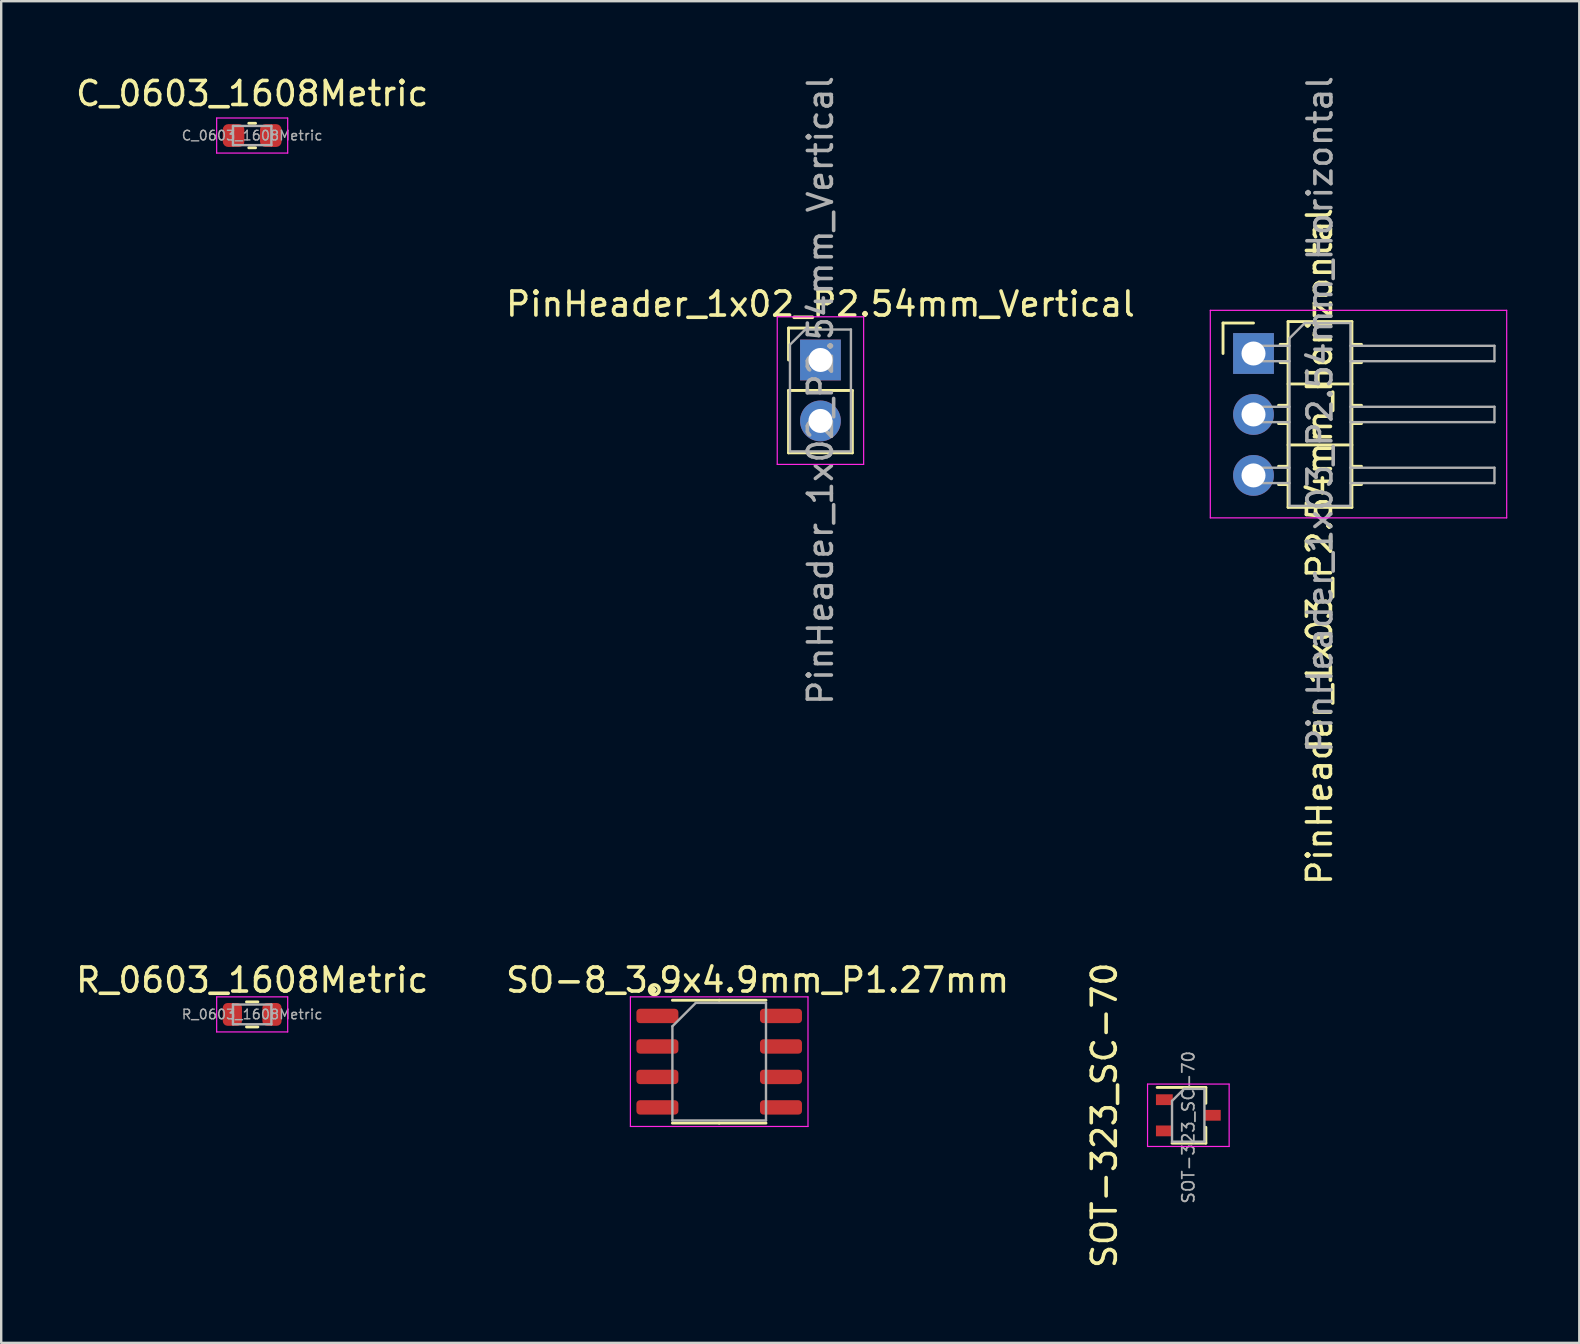
<source format=kicad_pcb>
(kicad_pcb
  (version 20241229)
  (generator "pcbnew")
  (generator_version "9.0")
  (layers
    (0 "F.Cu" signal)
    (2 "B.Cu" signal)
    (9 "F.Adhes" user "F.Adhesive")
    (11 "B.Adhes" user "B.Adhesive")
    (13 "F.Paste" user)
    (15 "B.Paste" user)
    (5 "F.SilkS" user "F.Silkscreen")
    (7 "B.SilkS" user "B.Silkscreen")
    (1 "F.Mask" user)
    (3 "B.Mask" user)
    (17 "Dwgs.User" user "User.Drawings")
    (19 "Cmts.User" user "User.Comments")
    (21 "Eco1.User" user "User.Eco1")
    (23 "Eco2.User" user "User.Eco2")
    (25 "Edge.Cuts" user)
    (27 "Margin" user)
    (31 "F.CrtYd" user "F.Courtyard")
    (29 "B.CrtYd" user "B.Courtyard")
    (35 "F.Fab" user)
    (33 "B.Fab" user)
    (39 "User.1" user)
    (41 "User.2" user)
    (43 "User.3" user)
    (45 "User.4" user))
  (footprint "SO-8_3.9x4.9mm_P1.27mm"
    (layer "F.Cu")
    (at 26.918 41.189)
    (property "Reference" "SO-8_3.9x4.9mm_P1.27mm" (at 1.6 -3.4 0) (layer "F.SilkS") (effects (font (size 1 1) (thickness 0.15))))
    (attr smd)
    (fp_line (start 0 -2.56) (end -1.95 -2.56) (stroke (width 0.12) (type solid)) (layer "F.SilkS"))
    (fp_line (start 0 -2.56) (end 1.95 -2.56) (stroke (width 0.12) (type solid)) (layer "F.SilkS"))
    (fp_line (start 0 2.56) (end -1.95 2.56) (stroke (width 0.12) (type solid)) (layer "F.SilkS"))
    (fp_line (start 0 2.56) (end 1.95 2.56) (stroke (width 0.12) (type solid)) (layer "F.SilkS"))
    (fp_circle (center -2.7 -3) (end -2.5 -3) (stroke (width 0.15) (type solid)) (fill no) (layer "F.SilkS"))
    (fp_line (start -3.7 -2.7) (end -3.7 2.7) (stroke (width 0.05) (type solid)) (layer "F.CrtYd"))
    (fp_line (start -3.7 2.7) (end 3.7 2.7) (stroke (width 0.05) (type solid)) (layer "F.CrtYd"))
    (fp_line (start 3.7 -2.7) (end -3.7 -2.7) (stroke (width 0.05) (type solid)) (layer "F.CrtYd"))
    (fp_line (start 3.7 2.7) (end 3.7 -2.7) (stroke (width 0.05) (type solid)) (layer "F.CrtYd"))
    (fp_line (start -1.95 -1.475) (end -0.975 -2.45) (stroke (width 0.1) (type solid)) (layer "F.Fab"))
    (fp_line (start -1.95 2.45) (end -1.95 -1.475) (stroke (width 0.1) (type solid)) (layer "F.Fab"))
    (fp_line (start -0.975 -2.45) (end 1.95 -2.45) (stroke (width 0.1) (type solid)) (layer "F.Fab"))
    (fp_line (start 1.95 -2.45) (end 1.95 2.45) (stroke (width 0.1) (type solid)) (layer "F.Fab"))
    (fp_line (start 1.95 2.45) (end -1.95 2.45) (stroke (width 0.1) (type solid)) (layer "F.Fab"))
    (pad "1" smd roundrect (at -2.575 -1.905) (size 1.75 0.6) (layers "F.Cu" "F.Mask" "F.Paste") (roundrect_rratio 0.25))
    (pad "2" smd roundrect (at -2.575 -0.635) (size 1.75 0.6) (layers "F.Cu" "F.Mask" "F.Paste") (roundrect_rratio 0.25))
    (pad "3" smd roundrect (at -2.575 0.635) (size 1.75 0.6) (layers "F.Cu" "F.Mask" "F.Paste") (roundrect_rratio 0.25))
    (pad "4" smd roundrect (at -2.575 1.905) (size 1.75 0.6) (layers "F.Cu" "F.Mask" "F.Paste") (roundrect_rratio 0.25))
    (pad "5" smd roundrect (at 2.575 1.905) (size 1.75 0.6) (layers "F.Cu" "F.Mask" "F.Paste") (roundrect_rratio 0.25))
    (pad "6" smd roundrect (at 2.575 0.635) (size 1.75 0.6) (layers "F.Cu" "F.Mask" "F.Paste") (roundrect_rratio 0.25))
    (pad "7" smd roundrect (at 2.575 -0.635) (size 1.75 0.6) (layers "F.Cu" "F.Mask" "F.Paste") (roundrect_rratio 0.25))
    (pad "8" smd roundrect (at 2.575 -1.905) (size 1.75 0.6) (layers "F.Cu" "F.Mask" "F.Paste") (roundrect_rratio 0.25)))
  (footprint "R_0603_1608Metric"
    (layer "F.Cu")
    (at 7.458 39.219)
    (property "Reference" "R_0603_1608Metric" (at 0 -1.43 0) (layer "F.SilkS") (effects (font (size 1 1) (thickness 0.15))))
    (attr smd)
    (fp_line (start -0.237 -0.522) (end 0.237 -0.522) (stroke (width 0.12) (type solid)) (layer "F.SilkS"))
    (fp_line (start -0.237 0.522) (end 0.237 0.522) (stroke (width 0.12) (type solid)) (layer "F.SilkS"))
    (fp_line (start -1.48 -0.73) (end 1.48 -0.73) (stroke (width 0.05) (type solid)) (layer "F.CrtYd"))
    (fp_line (start -1.48 0.73) (end -1.48 -0.73) (stroke (width 0.05) (type solid)) (layer "F.CrtYd"))
    (fp_line (start 1.48 -0.73) (end 1.48 0.73) (stroke (width 0.05) (type solid)) (layer "F.CrtYd"))
    (fp_line (start 1.48 0.73) (end -1.48 0.73) (stroke (width 0.05) (type solid)) (layer "F.CrtYd"))
    (fp_line (start -0.8 -0.412) (end 0.8 -0.412) (stroke (width 0.1) (type solid)) (layer "F.Fab"))
    (fp_line (start -0.8 0.412) (end -0.8 -0.412) (stroke (width 0.1) (type solid)) (layer "F.Fab"))
    (fp_line (start 0.8 -0.412) (end 0.8 0.412) (stroke (width 0.1) (type solid)) (layer "F.Fab"))
    (fp_line (start 0.8 0.412) (end -0.8 0.412) (stroke (width 0.1) (type solid)) (layer "F.Fab"))
    (fp_text user "${REFERENCE}" (at 0 0 0) (layer "F.Fab") (effects (font (size 0.4 0.4) (thickness 0.06))))
    (pad "1" smd roundrect (at -0.825 0) (size 0.8 0.95) (layers "F.Cu" "F.Mask" "F.Paste") (roundrect_rratio 0.25))
    (pad "2" smd roundrect (at 0.825 0) (size 0.8 0.95) (layers "F.Cu" "F.Mask" "F.Paste") (roundrect_rratio 0.25)))
  (footprint "PinHeader_1x02_P2.54mm_Vertical"
    (layer "F.Cu")
    (at 31.137 11.95)
    (property "Reference" "PinHeader_1x02_P2.54mm_Vertical" (at 0 -2.33 180) (layer "F.SilkS") (effects (font (size 1 1) (thickness 0.15))))
    (attr through_hole)
    (fp_line (start -1.33 -1.33) (end 0 -1.33) (stroke (width 0.12) (type solid)) (layer "F.SilkS"))
    (fp_line (start -1.33 0) (end -1.33 -1.33) (stroke (width 0.12) (type solid)) (layer "F.SilkS"))
    (fp_line (start -1.33 1.27) (end -1.33 3.87) (stroke (width 0.12) (type solid)) (layer "F.SilkS"))
    (fp_line (start -1.33 1.27) (end 1.33 1.27) (stroke (width 0.12) (type solid)) (layer "F.SilkS"))
    (fp_line (start -1.33 3.87) (end 1.33 3.87) (stroke (width 0.12) (type solid)) (layer "F.SilkS"))
    (fp_line (start 1.33 1.27) (end 1.33 3.87) (stroke (width 0.12) (type solid)) (layer "F.SilkS"))
    (fp_line (start -1.8 -1.8) (end -1.8 4.35) (stroke (width 0.05) (type solid)) (layer "F.CrtYd"))
    (fp_line (start -1.8 4.35) (end 1.8 4.35) (stroke (width 0.05) (type solid)) (layer "F.CrtYd"))
    (fp_line (start 1.8 -1.8) (end -1.8 -1.8) (stroke (width 0.05) (type solid)) (layer "F.CrtYd"))
    (fp_line (start 1.8 4.35) (end 1.8 -1.8) (stroke (width 0.05) (type solid)) (layer "F.CrtYd"))
    (fp_line (start -1.27 -0.635) (end -0.635 -1.27) (stroke (width 0.1) (type solid)) (layer "F.Fab"))
    (fp_line (start -1.27 3.81) (end -1.27 -0.635) (stroke (width 0.1) (type solid)) (layer "F.Fab"))
    (fp_line (start -0.635 -1.27) (end 1.27 -1.27) (stroke (width 0.1) (type solid)) (layer "F.Fab"))
    (fp_line (start 1.27 -1.27) (end 1.27 3.81) (stroke (width 0.1) (type solid)) (layer "F.Fab"))
    (fp_line (start 1.27 3.81) (end -1.27 3.81) (stroke (width 0.1) (type solid)) (layer "F.Fab"))
    (fp_text user "${REFERENCE}" (at 0 1.27 270) (layer "F.Fab") (effects (font (size 1 1) (thickness 0.15))))
    (pad "1" thru_hole rect (at 0 0) (size 1.7 1.7) (drill 1) (layers "*.Cu" "*.Mask"))
    (pad "2" thru_hole oval (at 0 2.54) (size 1.7 1.7) (drill 1) (layers "*.Cu" "*.Mask")))
  (footprint "PinHeader_1x03_P2.54mm_Horizontal"
    (layer "F.Cu")
    (at 49.182 11.68)
    (property "Reference" "PinHeader_1x03_P2.54mm_Horizontal" (at 2.75 8.04 90) (layer "F.SilkS") (effects (font (size 1 1) (thickness 0.15))))
    (attr through_hole)
    (fp_line (start -1.27 -1.27) (end 0 -1.27) (stroke (width 0.12) (type solid)) (layer "F.SilkS"))
    (fp_line (start -1.27 0) (end -1.27 -1.27) (stroke (width 0.12) (type solid)) (layer "F.SilkS"))
    (fp_line (start 1.043 2.16) (end 1.44 2.16) (stroke (width 0.12) (type solid)) (layer "F.SilkS"))
    (fp_line (start 1.043 2.92) (end 1.44 2.92) (stroke (width 0.12) (type solid)) (layer "F.SilkS"))
    (fp_line (start 1.043 4.7) (end 1.44 4.7) (stroke (width 0.12) (type solid)) (layer "F.SilkS"))
    (fp_line (start 1.043 5.46) (end 1.44 5.46) (stroke (width 0.12) (type solid)) (layer "F.SilkS"))
    (fp_line (start 1.11 -0.38) (end 1.44 -0.38) (stroke (width 0.12) (type solid)) (layer "F.SilkS"))
    (fp_line (start 1.11 0.38) (end 1.44 0.38) (stroke (width 0.12) (type solid)) (layer "F.SilkS"))
    (fp_line (start 1.44 -1.33) (end 1.44 6.41) (stroke (width 0.12) (type solid)) (layer "F.SilkS"))
    (fp_line (start 1.44 1.27) (end 4.1 1.27) (stroke (width 0.12) (type solid)) (layer "F.SilkS"))
    (fp_line (start 1.44 3.81) (end 4.1 3.81) (stroke (width 0.12) (type solid)) (layer "F.SilkS"))
    (fp_line (start 1.44 6.41) (end 4.1 6.41) (stroke (width 0.12) (type solid)) (layer "F.SilkS"))
    (fp_line (start 4.1 -1.33) (end 1.44 -1.33) (stroke (width 0.12) (type solid)) (layer "F.SilkS"))
    (fp_line (start 4.1 6.41) (end 4.1 -1.33) (stroke (width 0.12) (type solid)) (layer "F.SilkS"))
    (fp_line (start 4.103 2.16) (end 4.5 2.16) (stroke (width 0.12) (type solid)) (layer "F.SilkS"))
    (fp_line (start 4.103 2.92) (end 4.5 2.92) (stroke (width 0.12) (type solid)) (layer "F.SilkS"))
    (fp_line (start 4.103 4.7) (end 4.5 4.7) (stroke (width 0.12) (type solid)) (layer "F.SilkS"))
    (fp_line (start 4.103 5.46) (end 4.5 5.46) (stroke (width 0.12) (type solid)) (layer "F.SilkS"))
    (fp_line (start 4.17 -0.38) (end 4.5 -0.38) (stroke (width 0.12) (type solid)) (layer "F.SilkS"))
    (fp_line (start 4.17 0.38) (end 4.5 0.38) (stroke (width 0.12) (type solid)) (layer "F.SilkS"))
    (fp_line (start -1.8 -1.8) (end -1.8 6.85) (stroke (width 0.05) (type solid)) (layer "F.CrtYd"))
    (fp_line (start -1.8 6.85) (end 10.55 6.85) (stroke (width 0.05) (type solid)) (layer "F.CrtYd"))
    (fp_line (start 10.55 -1.8) (end -1.8 -1.8) (stroke (width 0.05) (type solid)) (layer "F.CrtYd"))
    (fp_line (start 10.55 6.85) (end 10.55 -1.8) (stroke (width 0.05) (type solid)) (layer "F.CrtYd"))
    (fp_line (start -0.32 -0.32) (end -0.32 0.32) (stroke (width 0.1) (type solid)) (layer "F.Fab"))
    (fp_line (start -0.32 -0.32) (end 1.5 -0.32) (stroke (width 0.1) (type solid)) (layer "F.Fab"))
    (fp_line (start -0.32 0.32) (end 1.5 0.32) (stroke (width 0.1) (type solid)) (layer "F.Fab"))
    (fp_line (start -0.32 2.22) (end -0.32 2.86) (stroke (width 0.1) (type solid)) (layer "F.Fab"))
    (fp_line (start -0.32 2.22) (end 1.5 2.22) (stroke (width 0.1) (type solid)) (layer "F.Fab"))
    (fp_line (start -0.32 2.86) (end 1.5 2.86) (stroke (width 0.1) (type solid)) (layer "F.Fab"))
    (fp_line (start -0.32 4.76) (end -0.32 5.4) (stroke (width 0.1) (type solid)) (layer "F.Fab"))
    (fp_line (start -0.32 4.76) (end 1.5 4.76) (stroke (width 0.1) (type solid)) (layer "F.Fab"))
    (fp_line (start -0.32 5.4) (end 1.5 5.4) (stroke (width 0.1) (type solid)) (layer "F.Fab"))
    (fp_line (start 1.5 -0.635) (end 2.135 -1.27) (stroke (width 0.1) (type solid)) (layer "F.Fab"))
    (fp_line (start 1.5 6.35) (end 1.5 -0.635) (stroke (width 0.1) (type solid)) (layer "F.Fab"))
    (fp_line (start 2.135 -1.27) (end 4.04 -1.27) (stroke (width 0.1) (type solid)) (layer "F.Fab"))
    (fp_line (start 4.04 -1.27) (end 4.04 6.35) (stroke (width 0.1) (type solid)) (layer "F.Fab"))
    (fp_line (start 4.04 -0.32) (end 10.04 -0.32) (stroke (width 0.1) (type solid)) (layer "F.Fab"))
    (fp_line (start 4.04 0.32) (end 10.04 0.32) (stroke (width 0.1) (type solid)) (layer "F.Fab"))
    (fp_line (start 4.04 2.22) (end 10.04 2.22) (stroke (width 0.1) (type solid)) (layer "F.Fab"))
    (fp_line (start 4.04 2.86) (end 10.04 2.86) (stroke (width 0.1) (type solid)) (layer "F.Fab"))
    (fp_line (start 4.04 4.76) (end 10.04 4.76) (stroke (width 0.1) (type solid)) (layer "F.Fab"))
    (fp_line (start 4.04 5.4) (end 10.04 5.4) (stroke (width 0.1) (type solid)) (layer "F.Fab"))
    (fp_line (start 4.04 6.35) (end 1.5 6.35) (stroke (width 0.1) (type solid)) (layer "F.Fab"))
    (fp_line (start 10.04 -0.32) (end 10.04 0.32) (stroke (width 0.1) (type solid)) (layer "F.Fab"))
    (fp_line (start 10.04 2.22) (end 10.04 2.86) (stroke (width 0.1) (type solid)) (layer "F.Fab"))
    (fp_line (start 10.04 4.76) (end 10.04 5.4) (stroke (width 0.1) (type solid)) (layer "F.Fab"))
    (fp_text user "${REFERENCE}" (at 2.77 2.54 90) (layer "F.Fab") (effects (font (size 1 1) (thickness 0.15))))
    (pad "1" thru_hole rect (at 0 0 180) (size 1.7 1.7) (drill 1) (layers "*.Cu" "*.Mask"))
    (pad "2" thru_hole oval (at 0 2.54 180) (size 1.7 1.7) (drill 1) (layers "*.Cu" "*.Mask"))
    (pad "3" thru_hole oval (at 0 5.08 180) (size 1.7 1.7) (drill 1) (layers "*.Cu" "*.Mask")))
  (footprint "SOT-323_SC-70"
    (layer "F.Cu")
    (at 46.467 43.423)
    (property "Reference" "SOT-323_SC-70" (at -3.5 0 90) (layer "F.SilkS") (effects (font (size 1 1) (thickness 0.15))))
    (attr smd)
    (fp_line (start -0.68 1.16) (end 0.73 1.16) (stroke (width 0.12) (type solid)) (layer "F.SilkS"))
    (fp_line (start 0.73 -1.16) (end -1.3 -1.16) (stroke (width 0.12) (type solid)) (layer "F.SilkS"))
    (fp_line (start 0.73 -1.16) (end 0.73 -0.5) (stroke (width 0.12) (type solid)) (layer "F.SilkS"))
    (fp_line (start 0.73 0.5) (end 0.73 1.16) (stroke (width 0.12) (type solid)) (layer "F.SilkS"))
    (fp_line (start -1.7 -1.3) (end 1.7 -1.3) (stroke (width 0.05) (type solid)) (layer "F.CrtYd"))
    (fp_line (start -1.7 1.3) (end -1.7 -1.3) (stroke (width 0.05) (type solid)) (layer "F.CrtYd"))
    (fp_line (start 1.7 -1.3) (end 1.7 1.3) (stroke (width 0.05) (type solid)) (layer "F.CrtYd"))
    (fp_line (start 1.7 1.3) (end -1.7 1.3) (stroke (width 0.05) (type solid)) (layer "F.CrtYd"))
    (fp_line (start -0.68 -0.6) (end -0.68 1.1) (stroke (width 0.1) (type solid)) (layer "F.Fab"))
    (fp_line (start -0.18 -1.1) (end -0.68 -0.6) (stroke (width 0.1) (type solid)) (layer "F.Fab"))
    (fp_line (start 0.67 -1.1) (end -0.18 -1.1) (stroke (width 0.1) (type solid)) (layer "F.Fab"))
    (fp_line (start 0.67 -1.1) (end 0.67 1.1) (stroke (width 0.1) (type solid)) (layer "F.Fab"))
    (fp_line (start 0.67 1.1) (end -0.68 1.1) (stroke (width 0.1) (type solid)) (layer "F.Fab"))
    (fp_text user "${REFERENCE}" (at 0 0.5 90) (layer "F.Fab") (effects (font (size 0.5 0.5) (thickness 0.075))))
    (pad "1" smd rect (at -1 -0.65 90) (size 0.45 0.7) (layers "F.Cu" "F.Mask" "F.Paste"))
    (pad "2" smd rect (at -1 0.65 90) (size 0.45 0.7) (layers "F.Cu" "F.Mask" "F.Paste"))
    (pad "3" smd rect (at 1 0 90) (size 0.45 0.7) (layers "F.Cu" "F.Mask" "F.Paste")))
  (footprint "C_0603_1608Metric"
    (layer "F.Cu")
    (at 7.458 2.598)
    (property "Reference" "C_0603_1608Metric" (at 0 -1.75 0) (layer "F.SilkS") (effects (font (size 1 1) (thickness 0.15))))
    (attr smd)
    (fp_line (start -0.141 -0.51) (end 0.141 -0.51) (stroke (width 0.12) (type solid)) (layer "F.SilkS"))
    (fp_line (start -0.141 0.51) (end 0.141 0.51) (stroke (width 0.12) (type solid)) (layer "F.SilkS"))
    (fp_line (start -1.48 -0.73) (end 1.48 -0.73) (stroke (width 0.05) (type solid)) (layer "F.CrtYd"))
    (fp_line (start -1.48 0.73) (end -1.48 -0.73) (stroke (width 0.05) (type solid)) (layer "F.CrtYd"))
    (fp_line (start 1.48 -0.73) (end 1.48 0.73) (stroke (width 0.05) (type solid)) (layer "F.CrtYd"))
    (fp_line (start 1.48 0.73) (end -1.48 0.73) (stroke (width 0.05) (type solid)) (layer "F.CrtYd"))
    (fp_line (start -0.8 -0.4) (end 0.8 -0.4) (stroke (width 0.1) (type solid)) (layer "F.Fab"))
    (fp_line (start -0.8 0.4) (end -0.8 -0.4) (stroke (width 0.1) (type solid)) (layer "F.Fab"))
    (fp_line (start 0.8 -0.4) (end 0.8 0.4) (stroke (width 0.1) (type solid)) (layer "F.Fab"))
    (fp_line (start 0.8 0.4) (end -0.8 0.4) (stroke (width 0.1) (type solid)) (layer "F.Fab"))
    (fp_text user "${REFERENCE}" (at 0 0 0) (layer "F.Fab") (effects (font (size 0.4 0.4) (thickness 0.06))))
    (pad "1" smd roundrect (at -0.775 0 180) (size 0.9 0.95) (layers "F.Cu" "F.Mask" "F.Paste") (roundrect_rratio 0.25))
    (pad "2" smd roundrect (at 0.775 0 180) (size 0.9 0.95) (layers "F.Cu" "F.Mask" "F.Paste") (roundrect_rratio 0.25)))
  (gr_rect
    (start -3 -3)
    (end 62.757 52.905)
    (stroke (width 0.1) (type default))
    (fill no)
    (layer "Edge.Cuts")))
</source>
